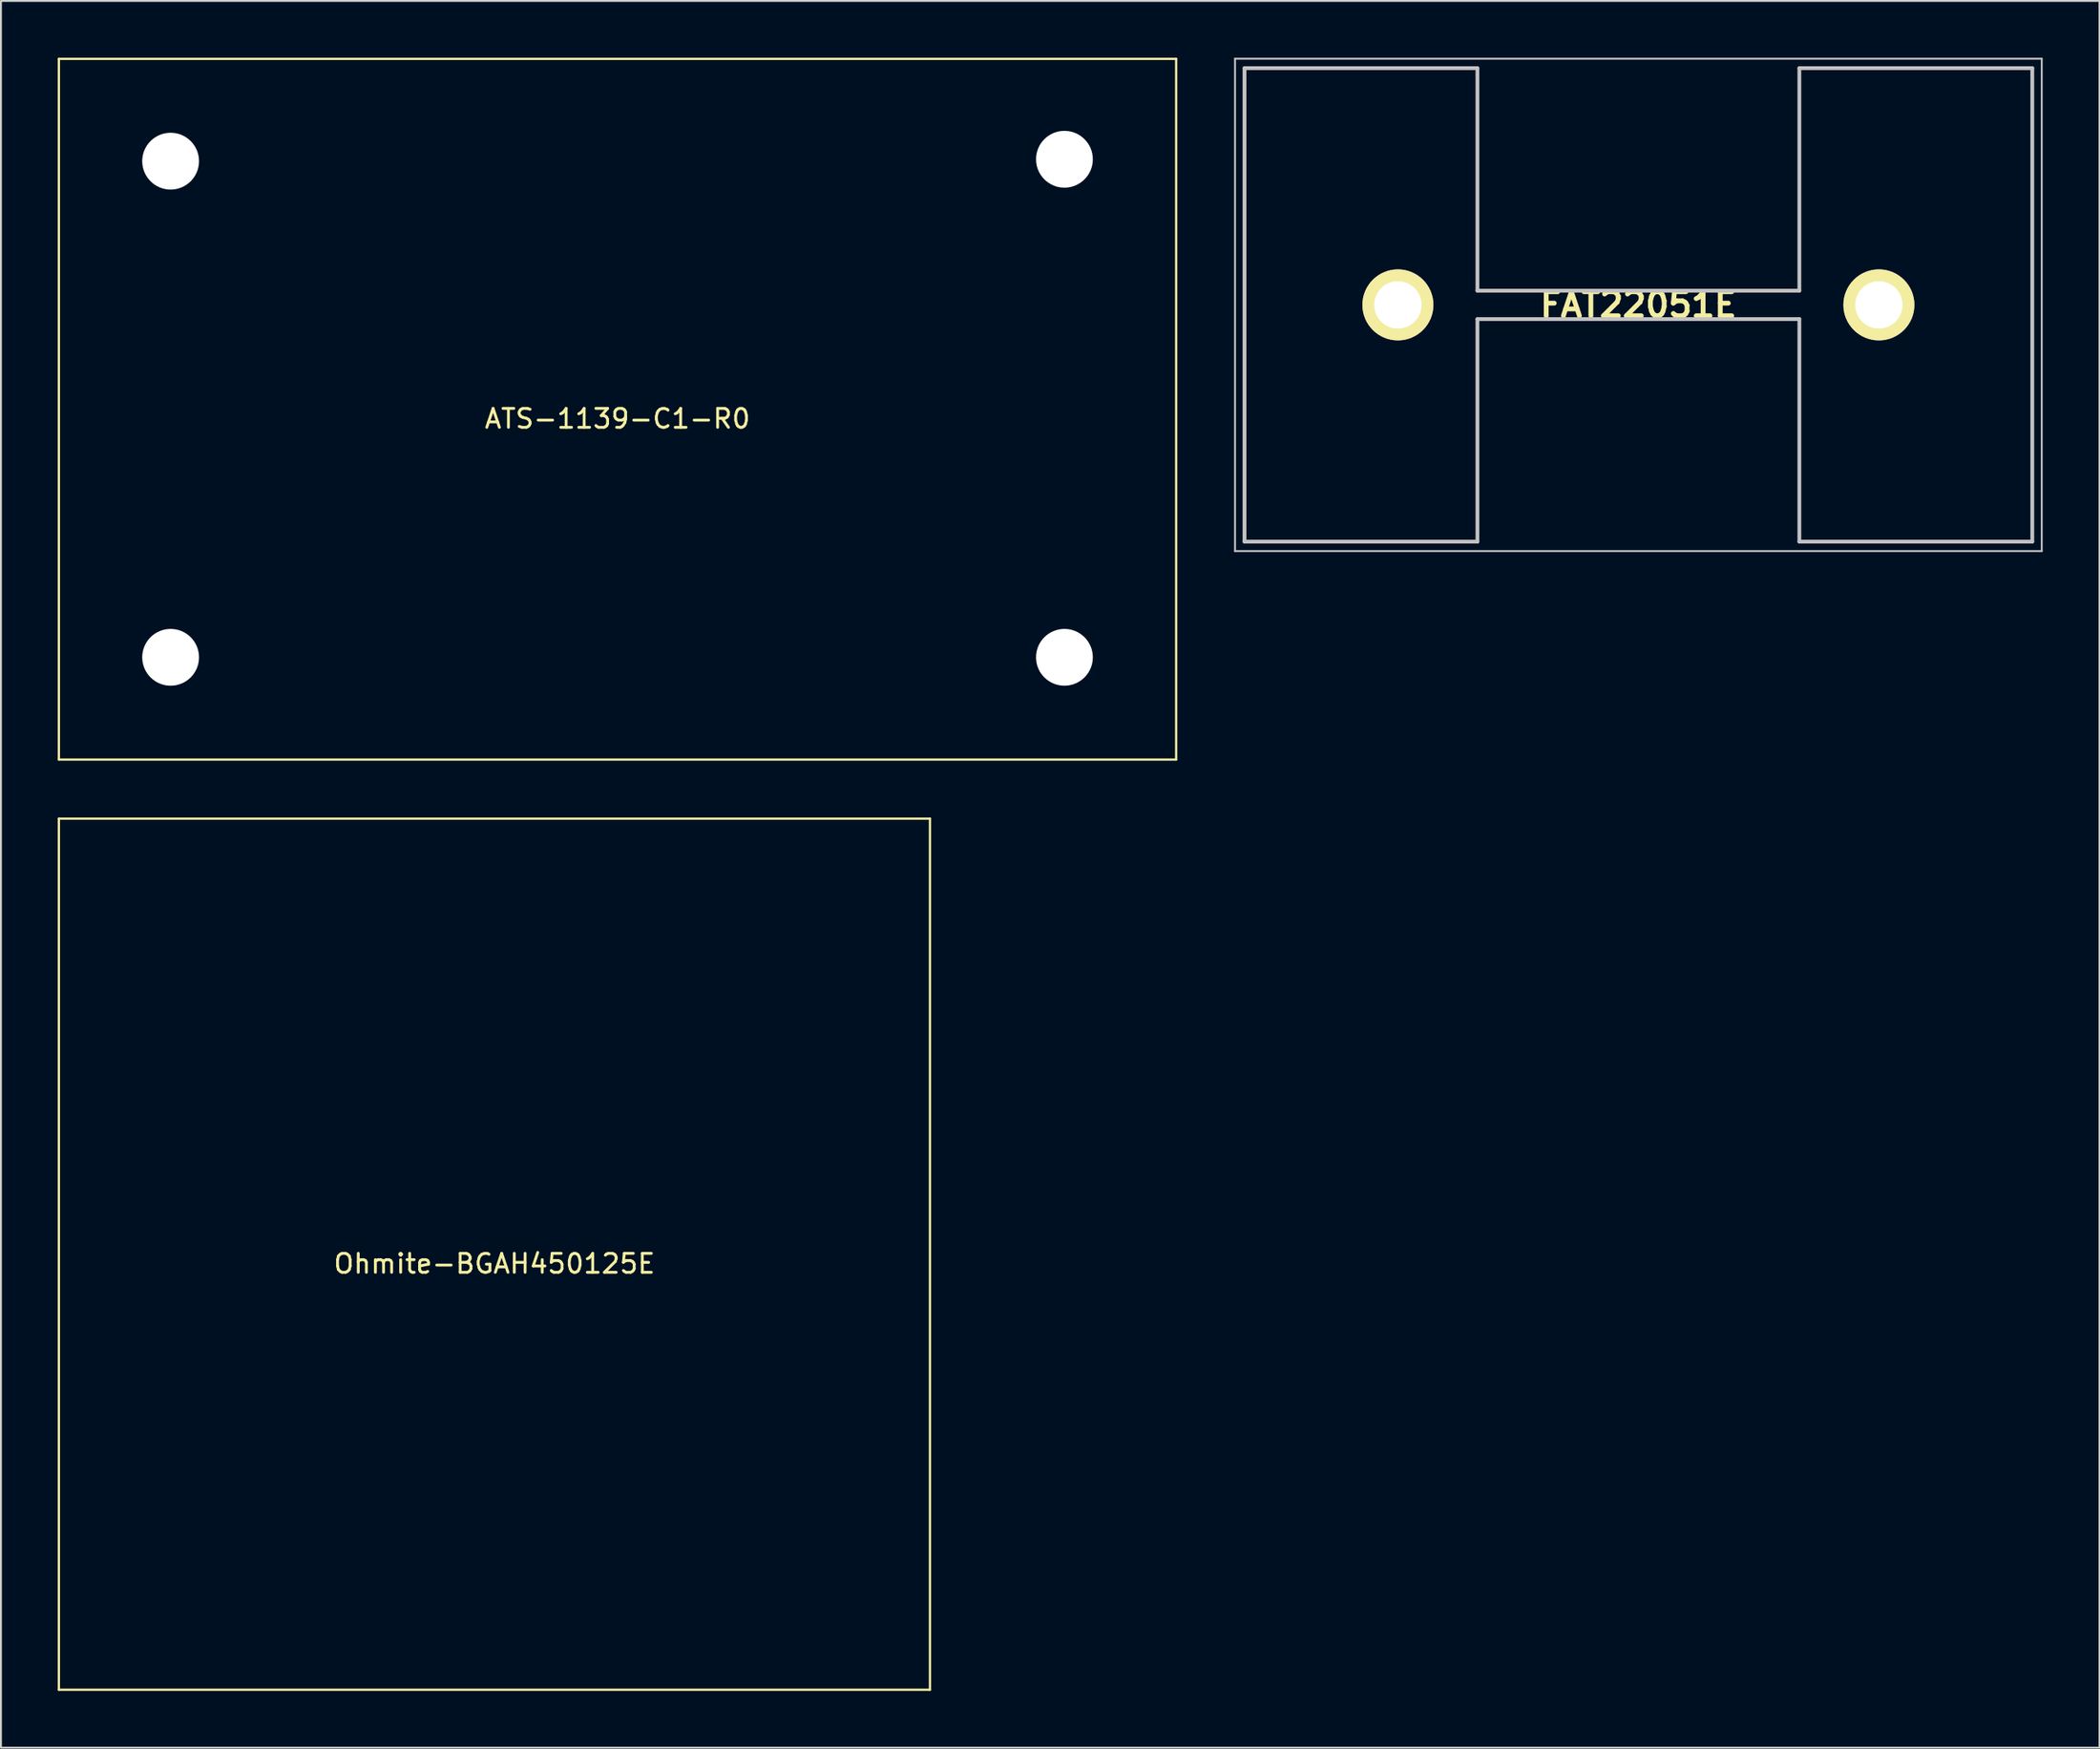
<source format=kicad_pcb>
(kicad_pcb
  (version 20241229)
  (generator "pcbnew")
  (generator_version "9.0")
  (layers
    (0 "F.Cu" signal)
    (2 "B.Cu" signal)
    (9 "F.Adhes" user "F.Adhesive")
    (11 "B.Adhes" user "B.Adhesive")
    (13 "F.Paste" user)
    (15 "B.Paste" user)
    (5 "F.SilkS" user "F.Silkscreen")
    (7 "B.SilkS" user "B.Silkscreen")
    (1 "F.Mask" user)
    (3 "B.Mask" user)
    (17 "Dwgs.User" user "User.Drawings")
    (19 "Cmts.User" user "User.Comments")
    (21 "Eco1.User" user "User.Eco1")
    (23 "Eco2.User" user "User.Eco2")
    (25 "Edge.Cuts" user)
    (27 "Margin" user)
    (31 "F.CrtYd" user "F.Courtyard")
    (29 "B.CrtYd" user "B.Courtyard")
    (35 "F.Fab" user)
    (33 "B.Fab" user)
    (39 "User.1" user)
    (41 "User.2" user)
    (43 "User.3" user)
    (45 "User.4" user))
  (footprint "ATS-1139-C1-R0"
    (layer "F.Cu")
    (at 29.56 18.56)
    (property "Reference" "ATS-1139-C1-R0" (at 0 0.5 0) (layer "F.SilkS") (effects (font (size 1 1) (thickness 0.15))))
    (attr through_hole)
    (fp_line (start -29.5 -18.5) (end 29.5 -18.5) (stroke (width 0.12) (type solid)) (layer "F.SilkS"))
    (fp_line (start -29.5 18.5) (end -29.5 -18.5) (stroke (width 0.12) (type solid)) (layer "F.SilkS"))
    (fp_line (start 29.5 18.5) (end -29.5 18.5) (stroke (width 0.12) (type solid)) (layer "F.SilkS"))
    (fp_line (start 29.5 18.5) (end 29.5 -18.5) (stroke (width 0.12) (type solid)) (layer "F.SilkS"))
    (pad "" np_thru_hole circle (at -23.6 -13.1) (size 3 3) (drill 3) (layers "*.Cu" "*.Mask"))
    (pad "" np_thru_hole circle (at -23.6 13.1) (size 3 3) (drill 3) (layers "*.Cu" "*.Mask"))
    (pad "" np_thru_hole circle (at 23.6 -13.2) (size 3 3) (drill 3) (layers "*.Cu" "*.Mask"))
    (pad "" np_thru_hole circle (at 23.6 13.1) (size 3 3) (drill 3) (layers "*.Cu" "*.Mask")))
  (footprint "FAT22051E"
    (layer "F.Cu")
    (at 70.77 13.05)
    (property "Reference" "FAT22051E" (at 12.7 0 0) (layer "F.SilkS") (effects (font (size 1.27 1.27) (thickness 0.254))))
    (attr through_hole)
    (fp_line (start -8.1 -12.5) (end 4.2 -12.5) (stroke (width 0.1) (type solid)) (layer "F.SilkS"))
    (fp_line (start -8.1 12.5) (end -8.1 -12.5) (stroke (width 0.1) (type solid)) (layer "F.SilkS"))
    (fp_line (start 4.2 -12.5) (end 4.2 -0.75) (stroke (width 0.1) (type solid)) (layer "F.SilkS"))
    (fp_line (start 4.2 -0.75) (end 21.2 -0.75) (stroke (width 0.1) (type solid)) (layer "F.SilkS"))
    (fp_line (start 4.2 0.75) (end 4.2 12.5) (stroke (width 0.1) (type solid)) (layer "F.SilkS"))
    (fp_line (start 4.2 12.5) (end -8.1 12.5) (stroke (width 0.1) (type solid)) (layer "F.SilkS"))
    (fp_line (start 21.2 -12.5) (end 33.5 -12.5) (stroke (width 0.1) (type solid)) (layer "F.SilkS"))
    (fp_line (start 21.2 -0.75) (end 21.2 -12.5) (stroke (width 0.1) (type solid)) (layer "F.SilkS"))
    (fp_line (start 21.2 0.75) (end 4.2 0.75) (stroke (width 0.1) (type solid)) (layer "F.SilkS"))
    (fp_line (start 21.2 12.5) (end 21.2 0.75) (stroke (width 0.1) (type solid)) (layer "F.SilkS"))
    (fp_line (start 33.5 -12.5) (end 33.5 12.5) (stroke (width 0.1) (type solid)) (layer "F.SilkS"))
    (fp_line (start 33.5 12.5) (end 21.2 12.5) (stroke (width 0.1) (type solid)) (layer "F.SilkS"))
    (fp_line (start -8.6 -13) (end 34 -13) (stroke (width 0.1) (type solid)) (layer "Dwgs.User"))
    (fp_line (start -8.6 13) (end -8.6 -13) (stroke (width 0.1) (type solid)) (layer "Dwgs.User"))
    (fp_line (start -8.1 -12.5) (end 4.2 -12.5) (stroke (width 0.2) (type solid)) (layer "Dwgs.User"))
    (fp_line (start -8.1 12.5) (end -8.1 -12.5) (stroke (width 0.2) (type solid)) (layer "Dwgs.User"))
    (fp_line (start 4.2 -12.5) (end 4.2 -0.75) (stroke (width 0.2) (type solid)) (layer "Dwgs.User"))
    (fp_line (start 4.2 -0.75) (end 21.2 -0.75) (stroke (width 0.2) (type solid)) (layer "Dwgs.User"))
    (fp_line (start 4.2 0.75) (end 4.2 12.5) (stroke (width 0.2) (type solid)) (layer "Dwgs.User"))
    (fp_line (start 4.2 12.5) (end -8.1 12.5) (stroke (width 0.2) (type solid)) (layer "Dwgs.User"))
    (fp_line (start 21.2 -12.5) (end 33.5 -12.5) (stroke (width 0.2) (type solid)) (layer "Dwgs.User"))
    (fp_line (start 21.2 -0.75) (end 21.2 -12.5) (stroke (width 0.2) (type solid)) (layer "Dwgs.User"))
    (fp_line (start 21.2 0.75) (end 4.2 0.75) (stroke (width 0.2) (type solid)) (layer "Dwgs.User"))
    (fp_line (start 21.2 12.5) (end 21.2 0.75) (stroke (width 0.2) (type solid)) (layer "Dwgs.User"))
    (fp_line (start 33.5 -12.5) (end 33.5 12.5) (stroke (width 0.2) (type solid)) (layer "Dwgs.User"))
    (fp_line (start 33.5 12.5) (end 21.2 12.5) (stroke (width 0.2) (type solid)) (layer "Dwgs.User"))
    (fp_line (start 34 -13) (end 34 13) (stroke (width 0.1) (type solid)) (layer "Dwgs.User"))
    (fp_line (start 34 13) (end -8.6 13) (stroke (width 0.1) (type solid)) (layer "Dwgs.User"))
    (pad "1" thru_hole circle (at 0 0 90) (size 3.75 3.75) (drill 2.5) (layers "*.Cu" "*.Mask" "F.SilkS"))
    (pad "2" thru_hole circle (at 25.4 0 90) (size 3.75 3.75) (drill 2.5) (layers "*.Cu" "*.Mask" "F.SilkS")))
  (footprint "Ohmite-BGAH450125E"
    (layer "F.Cu")
    (at 23.06 63.18)
    (property "Reference" "Ohmite-BGAH450125E" (at 0 0.5 0) (layer "F.SilkS") (effects (font (size 1 1) (thickness 0.15))))
    (attr through_hole)
    (fp_line (start -23 -23) (end 23 -23) (stroke (width 0.12) (type solid)) (layer "F.SilkS"))
    (fp_line (start -23 23) (end -23 -23) (stroke (width 0.12) (type solid)) (layer "F.SilkS"))
    (fp_line (start 23 23) (end -23 23) (stroke (width 0.12) (type solid)) (layer "F.SilkS"))
    (fp_line (start 23 23) (end 23 -23) (stroke (width 0.12) (type solid)) (layer "F.SilkS")))
  (gr_rect
    (start -3 -3)
    (end 107.82 89.24)
    (stroke (width 0.1) (type default))
    (fill no)
    (layer "Edge.Cuts")))
</source>
